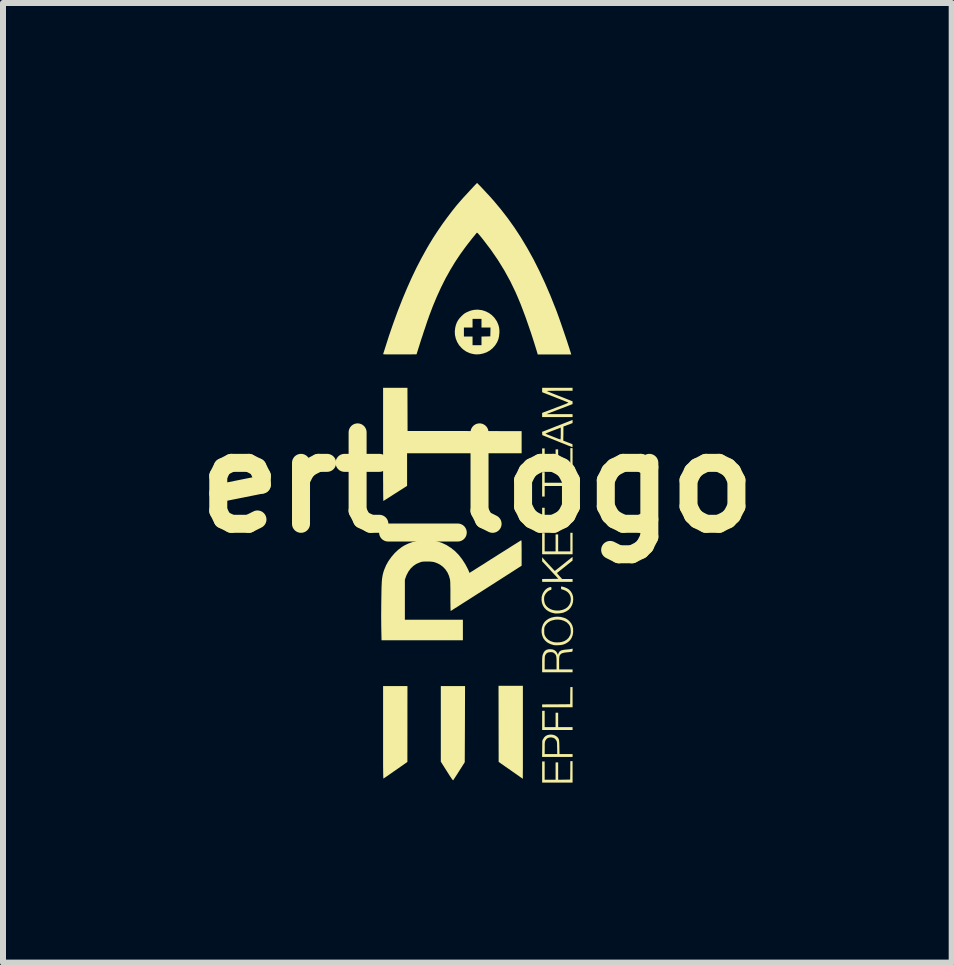
<source format=kicad_pcb>
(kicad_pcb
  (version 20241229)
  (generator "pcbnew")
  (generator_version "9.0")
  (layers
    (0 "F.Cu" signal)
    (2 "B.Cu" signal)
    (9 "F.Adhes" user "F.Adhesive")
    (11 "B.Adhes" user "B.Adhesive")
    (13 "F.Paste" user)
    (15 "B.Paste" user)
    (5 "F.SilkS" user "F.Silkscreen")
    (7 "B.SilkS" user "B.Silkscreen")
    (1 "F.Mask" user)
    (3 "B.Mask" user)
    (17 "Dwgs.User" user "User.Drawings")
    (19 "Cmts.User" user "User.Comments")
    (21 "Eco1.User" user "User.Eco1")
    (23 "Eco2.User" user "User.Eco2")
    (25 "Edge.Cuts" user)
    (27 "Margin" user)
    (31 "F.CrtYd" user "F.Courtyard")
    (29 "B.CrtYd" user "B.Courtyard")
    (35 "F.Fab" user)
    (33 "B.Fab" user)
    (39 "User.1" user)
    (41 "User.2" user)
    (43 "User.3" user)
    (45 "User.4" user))
  (footprint "ert_logo"
    (layer "F.Cu")
    (at 4.906 4.991)
    (property "Reference" "ert_logo" (at 0 0 0) (layer "F.SilkS") (effects (font (size 1.524 1.524) (thickness 0.3))))
    (attr board_only exclude_from_pos_files exclude_from_bom)
    (fp_poly (pts (xy 1.587 3.747) (xy 1.08 3.747) (xy 1.08 3.699) (xy 1.314 3.698) (xy 1.547 3.696) (xy 1.55 3.41) (xy 1.587 3.41)) (stroke (width 0) (type solid)) (fill yes) (layer "F.SilkS"))
    (fp_poly (pts (xy 1.122 0.005) (xy 1.587 0.005) (xy 1.587 0.059) (xy 1.122 0.059) (xy 1.122 0.235) (xy 1.08 0.235) (xy 1.08 -0.171) (xy 1.122 -0.171)) (stroke (width 0) (type solid)) (fill yes) (layer "F.SilkS"))
    (fp_poly (pts (xy 1.122 0.604) (xy 1.587 0.604) (xy 1.587 0.652) (xy 1.122 0.652) (xy 1.122 0.828) (xy 1.08 0.828) (xy 1.08 0.422) (xy 1.122 0.422)) (stroke (width 0) (type solid)) (fill yes) (layer "F.SilkS"))
    (fp_poly (pts (xy 1.122 4.078) (xy 1.304 4.078) (xy 1.304 3.838) (xy 1.347 3.838) (xy 1.347 4.078) (xy 1.587 4.078) (xy 1.587 4.126) (xy 1.08 4.126) (xy 1.08 3.806) (xy 1.122 3.806)) (stroke (width 0) (type solid)) (fill yes) (layer "F.SilkS"))
    (fp_poly (pts (xy 1.587 -0.219) (xy 1.08 -0.219) (xy 1.08 -0.567) (xy 1.122 -0.567) (xy 1.122 -0.267) (xy 1.304 -0.267) (xy 1.304 -0.551) (xy 1.347 -0.551) (xy 1.347 -0.267) (xy 1.55 -0.267) (xy 1.55 -0.572) (xy 1.587 -0.572)) (stroke (width 0) (type solid)) (fill yes) (layer "F.SilkS"))
    (fp_poly (pts (xy 1.587 1.197) (xy 1.08 1.197) (xy 1.08 0.845) (xy 1.122 0.845) (xy 1.122 1.149) (xy 1.304 1.149) (xy 1.304 0.866) (xy 1.347 0.866) (xy 1.347 1.149) (xy 1.55 1.149) (xy 1.55 0.839) (xy 1.587 0.839)) (stroke (width 0) (type solid)) (fill yes) (layer "F.SilkS"))
    (fp_poly (pts (xy 1.587 5.003) (xy 1.08 5.003) (xy 1.08 4.65) (xy 1.122 4.65) (xy 1.122 4.955) (xy 1.304 4.955) (xy 1.304 4.666) (xy 1.347 4.666) (xy 1.347 4.955) (xy 1.447 4.954) (xy 1.547 4.952) (xy 1.549 4.799) (xy 1.55 4.645) (xy 1.587 4.645)) (stroke (width 0) (type solid)) (fill yes) (layer "F.SilkS"))
    (fp_poly (pts (xy -0.207 4.028) (xy -0.21 4.663) (xy -0.303 4.81) (xy -0.326 4.846) (xy -0.347 4.879) (xy -0.366 4.908) (xy -0.382 4.932) (xy -0.393 4.95) (xy -0.401 4.961) (xy -0.403 4.964) (xy -0.406 4.963) (xy -0.412 4.958) (xy -0.421 4.946) (xy -0.434 4.928) (xy -0.451 4.903) (xy -0.472 4.87) (xy -0.498 4.829) (xy -0.509 4.812) (xy -0.609 4.654) (xy -0.609 3.394) (xy -0.205 3.394)) (stroke (width 0) (type solid)) (fill yes) (layer "F.SilkS"))
    (fp_poly (pts (xy 0.759 4.164) (xy 0.759 4.254) (xy 0.759 4.341) (xy 0.759 4.425) (xy 0.759 4.504) (xy 0.759 4.579) (xy 0.759 4.648) (xy 0.759 4.711) (xy 0.759 4.768) (xy 0.758 4.818) (xy 0.758 4.86) (xy 0.758 4.894) (xy 0.758 4.918) (xy 0.758 4.934) (xy 0.758 4.939) (xy 0.753 4.936) (xy 0.741 4.927) (xy 0.721 4.914) (xy 0.696 4.896) (xy 0.665 4.874) (xy 0.63 4.85) (xy 0.591 4.823) (xy 0.556 4.798) (xy 0.355 4.658) (xy 0.354 4.023) (xy 0.353 3.389) (xy 0.759 3.389)) (stroke (width 0) (type solid)) (fill yes) (layer "F.SilkS"))
    (fp_poly (pts (xy -1.166 4.658) (xy -1.361 4.795) (xy -1.402 4.823) (xy -1.44 4.85) (xy -1.475 4.874) (xy -1.505 4.895) (xy -1.53 4.912) (xy -1.549 4.925) (xy -1.561 4.933) (xy -1.564 4.935) (xy -1.565 4.934) (xy -1.566 4.931) (xy -1.567 4.923) (xy -1.568 4.912) (xy -1.568 4.896) (xy -1.569 4.875) (xy -1.569 4.848) (xy -1.57 4.816) (xy -1.57 4.777) (xy -1.571 4.732) (xy -1.571 4.679) (xy -1.571 4.618) (xy -1.571 4.549) (xy -1.571 4.471) (xy -1.571 4.384) (xy -1.571 4.288) (xy -1.571 4.181) (xy -1.571 3.394) (xy -1.165 3.394)) (stroke (width 0) (type solid)) (fill yes) (layer "F.SilkS"))
    (fp_poly (pts (xy -1.163 -0.858) (xy -0.212 -0.857) (xy 0.738 -0.855) (xy 0.738 -0.486) (xy -1.171 -0.486) (xy -1.171 0.057) (xy -1.367 0.182) (xy -1.408 0.208) (xy -1.446 0.233) (xy -1.481 0.255) (xy -1.511 0.274) (xy -1.536 0.29) (xy -1.554 0.301) (xy -1.565 0.308) (xy -1.567 0.309) (xy -1.567 0.304) (xy -1.568 0.289) (xy -1.568 0.264) (xy -1.569 0.23) (xy -1.569 0.188) (xy -1.57 0.137) (xy -1.57 0.079) (xy -1.57 0.014) (xy -1.571 -0.057) (xy -1.571 -0.134) (xy -1.571 -0.216) (xy -1.571 -0.304) (xy -1.571 -0.395) (xy -1.571 -0.49) (xy -1.571 -0.589) (xy -1.571 -0.633) (xy -1.571 -1.577) (xy -1.165 -1.577)) (stroke (width 0) (type solid)) (fill yes) (layer "F.SilkS"))
    (fp_poly (pts (xy 1.586 1.244) (xy 1.587 1.253) (xy 1.587 1.27) (xy 1.587 1.302) (xy 1.461 1.403) (xy 1.429 1.428) (xy 1.399 1.452) (xy 1.374 1.472) (xy 1.353 1.489) (xy 1.338 1.501) (xy 1.33 1.507) (xy 1.329 1.508) (xy 1.33 1.513) (xy 1.338 1.525) (xy 1.351 1.54) (xy 1.367 1.559) (xy 1.368 1.56) (xy 1.413 1.609) (xy 1.587 1.609) (xy 1.587 1.657) (xy 1.08 1.657) (xy 1.08 1.609) (xy 1.215 1.608) (xy 1.35 1.606) (xy 1.215 1.46) (xy 1.08 1.314) (xy 1.08 1.281) (xy 1.08 1.248) (xy 1.1 1.269) (xy 1.109 1.28) (xy 1.124 1.296) (xy 1.144 1.318) (xy 1.167 1.343) (xy 1.192 1.37) (xy 1.205 1.383) (xy 1.29 1.475) (xy 1.309 1.461) (xy 1.318 1.454) (xy 1.334 1.441) (xy 1.355 1.425) (xy 1.381 1.404) (xy 1.409 1.382) (xy 1.439 1.358) (xy 1.469 1.334) (xy 1.497 1.311) (xy 1.524 1.29) (xy 1.547 1.272) (xy 1.564 1.258) (xy 1.575 1.249) (xy 1.578 1.246) (xy 1.583 1.243)) (stroke (width 0) (type solid)) (fill yes) (layer "F.SilkS"))
    (fp_poly (pts (xy 1.246 4.203) (xy 1.281 4.211) (xy 1.31 4.225) (xy 1.329 4.24) (xy 1.341 4.252) (xy 1.349 4.264) (xy 1.356 4.275) (xy 1.36 4.289) (xy 1.363 4.307) (xy 1.365 4.331) (xy 1.366 4.361) (xy 1.367 4.4) (xy 1.367 4.411) (xy 1.369 4.527) (xy 1.587 4.527) (xy 1.587 4.575) (xy 1.079 4.575) (xy 1.08 4.527) (xy 1.122 4.527) (xy 1.332 4.527) (xy 1.33 4.424) (xy 1.329 4.389) (xy 1.329 4.362) (xy 1.328 4.343) (xy 1.326 4.328) (xy 1.324 4.318) (xy 1.321 4.309) (xy 1.316 4.301) (xy 1.313 4.296) (xy 1.294 4.272) (xy 1.269 4.257) (xy 1.237 4.25) (xy 1.226 4.249) (xy 1.192 4.253) (xy 1.166 4.264) (xy 1.146 4.283) (xy 1.133 4.305) (xy 1.129 4.315) (xy 1.126 4.325) (xy 1.125 4.339) (xy 1.123 4.358) (xy 1.123 4.384) (xy 1.123 4.419) (xy 1.123 4.427) (xy 1.122 4.527) (xy 1.08 4.527) (xy 1.081 4.44) (xy 1.082 4.305) (xy 1.097 4.275) (xy 1.118 4.244) (xy 1.144 4.222) (xy 1.175 4.209) (xy 1.21 4.202)) (stroke (width 0) (type solid)) (fill yes) (layer "F.SilkS"))
    (fp_poly (pts (xy 1.587 -1.529) (xy 1.37 -1.529) (xy 1.322 -1.529) (xy 1.278 -1.528) (xy 1.239 -1.528) (xy 1.207 -1.527) (xy 1.182 -1.526) (xy 1.165 -1.525) (xy 1.158 -1.524) (xy 1.157 -1.524) (xy 1.163 -1.521) (xy 1.178 -1.515) (xy 1.201 -1.505) (xy 1.23 -1.493) (xy 1.265 -1.479) (xy 1.305 -1.463) (xy 1.349 -1.446) (xy 1.375 -1.436) (xy 1.587 -1.352) (xy 1.587 -1.306) (xy 1.471 -1.261) (xy 1.43 -1.245) (xy 1.384 -1.228) (xy 1.337 -1.21) (xy 1.292 -1.193) (xy 1.254 -1.178) (xy 1.253 -1.178) (xy 1.152 -1.139) (xy 1.37 -1.139) (xy 1.587 -1.139) (xy 1.587 -1.09) (xy 1.08 -1.09) (xy 1.08 -1.159) (xy 1.121 -1.175) (xy 1.136 -1.18) (xy 1.159 -1.189) (xy 1.19 -1.201) (xy 1.226 -1.214) (xy 1.266 -1.229) (xy 1.308 -1.246) (xy 1.343 -1.259) (xy 1.391 -1.277) (xy 1.429 -1.292) (xy 1.459 -1.303) (xy 1.481 -1.312) (xy 1.497 -1.319) (xy 1.508 -1.325) (xy 1.513 -1.328) (xy 1.515 -1.331) (xy 1.513 -1.333) (xy 1.512 -1.334) (xy 1.504 -1.337) (xy 1.488 -1.344) (xy 1.464 -1.353) (xy 1.433 -1.366) (xy 1.397 -1.38) (xy 1.356 -1.396) (xy 1.312 -1.413) (xy 1.29 -1.422) (xy 1.08 -1.504) (xy 1.08 -1.577) (xy 1.587 -1.577)) (stroke (width 0) (type solid)) (fill yes) (layer "F.SilkS"))
    (fp_poly (pts (xy 0.019 -2.879) (xy 0.08 -2.871) (xy 0.138 -2.852) (xy 0.192 -2.825) (xy 0.24 -2.79) (xy 0.283 -2.747) (xy 0.317 -2.698) (xy 0.328 -2.679) (xy 0.348 -2.633) (xy 0.361 -2.59) (xy 0.367 -2.545) (xy 0.368 -2.495) (xy 0.367 -2.489) (xy 0.361 -2.433) (xy 0.349 -2.383) (xy 0.329 -2.336) (xy 0.3 -2.29) (xy 0.291 -2.278) (xy 0.252 -2.235) (xy 0.206 -2.198) (xy 0.154 -2.169) (xy 0.098 -2.149) (xy 0.04 -2.137) (xy -0.02 -2.134) (xy -0.063 -2.139) (xy -0.124 -2.154) (xy -0.181 -2.179) (xy -0.233 -2.214) (xy -0.262 -2.24) (xy -0.304 -2.287) (xy -0.336 -2.34) (xy -0.359 -2.396) (xy -0.367 -2.432) (xy -0.224 -2.432) (xy -0.08 -2.432) (xy -0.08 -2.288) (xy 0.069 -2.288) (xy 0.069 -2.432) (xy 0.143 -2.433) (xy 0.216 -2.435) (xy 0.218 -2.508) (xy 0.219 -2.582) (xy 0.069 -2.582) (xy 0.069 -2.726) (xy -0.08 -2.726) (xy -0.08 -2.582) (xy -0.224 -2.582) (xy -0.224 -2.432) (xy -0.367 -2.432) (xy -0.373 -2.456) (xy -0.376 -2.517) (xy -0.369 -2.578) (xy -0.356 -2.63) (xy -0.34 -2.67) (xy -0.32 -2.706) (xy -0.294 -2.74) (xy -0.264 -2.772) (xy -0.241 -2.794) (xy -0.221 -2.811) (xy -0.201 -2.824) (xy -0.176 -2.837) (xy -0.17 -2.84) (xy -0.114 -2.863) (xy -0.059 -2.876) (xy -0.003 -2.88)) (stroke (width 0) (type solid)) (fill yes) (layer "F.SilkS"))
    (fp_poly (pts (xy 1.587 -0.99) (xy 1.435 -0.932) (xy 1.434 -0.814) (xy 1.432 -0.697) (xy 1.509 -0.667) (xy 1.585 -0.638) (xy 1.586 -0.613) (xy 1.587 -0.598) (xy 1.585 -0.589) (xy 1.584 -0.588) (xy 1.578 -0.59) (xy 1.564 -0.596) (xy 1.541 -0.605) (xy 1.511 -0.616) (xy 1.476 -0.631) (xy 1.435 -0.647) (xy 1.39 -0.665) (xy 1.342 -0.684) (xy 1.331 -0.689) (xy 1.082 -0.789) (xy 1.081 -0.813) (xy 1.136 -0.813) (xy 1.142 -0.81) (xy 1.156 -0.804) (xy 1.177 -0.795) (xy 1.203 -0.785) (xy 1.232 -0.774) (xy 1.262 -0.762) (xy 1.293 -0.75) (xy 1.321 -0.739) (xy 1.346 -0.729) (xy 1.366 -0.722) (xy 1.379 -0.718) (xy 1.383 -0.717) (xy 1.386 -0.719) (xy 1.387 -0.727) (xy 1.389 -0.742) (xy 1.389 -0.766) (xy 1.39 -0.798) (xy 1.39 -0.815) (xy 1.39 -0.914) (xy 1.364 -0.904) (xy 1.352 -0.899) (xy 1.331 -0.891) (xy 1.304 -0.881) (xy 1.273 -0.869) (xy 1.24 -0.857) (xy 1.236 -0.855) (xy 1.205 -0.843) (xy 1.179 -0.833) (xy 1.157 -0.824) (xy 1.143 -0.817) (xy 1.136 -0.813) (xy 1.136 -0.813) (xy 1.081 -0.813) (xy 1.081 -0.816) (xy 1.079 -0.844) (xy 1.108 -0.854) (xy 1.119 -0.859) (xy 1.139 -0.866) (xy 1.166 -0.877) (xy 1.2 -0.89) (xy 1.238 -0.905) (xy 1.28 -0.922) (xy 1.323 -0.939) (xy 1.328 -0.941) (xy 1.373 -0.958) (xy 1.415 -0.975) (xy 1.454 -0.99) (xy 1.489 -1.004) (xy 1.518 -1.015) (xy 1.54 -1.024) (xy 1.553 -1.029) (xy 1.554 -1.029) (xy 1.587 -1.042)) (stroke (width 0) (type solid)) (fill yes) (layer "F.SilkS"))
    (fp_poly (pts (xy 1.411 1.735) (xy 1.427 1.739) (xy 1.451 1.746) (xy 1.494 1.763) (xy 1.531 1.788) (xy 1.56 1.82) (xy 1.582 1.859) (xy 1.595 1.903) (xy 1.598 1.945) (xy 1.593 1.997) (xy 1.579 2.043) (xy 1.556 2.084) (xy 1.525 2.119) (xy 1.486 2.147) (xy 1.439 2.168) (xy 1.421 2.173) (xy 1.399 2.177) (xy 1.372 2.181) (xy 1.342 2.183) (xy 1.315 2.184) (xy 1.294 2.183) (xy 1.291 2.183) (xy 1.238 2.17) (xy 1.19 2.15) (xy 1.15 2.123) (xy 1.117 2.089) (xy 1.093 2.051) (xy 1.077 2.008) (xy 1.07 1.961) (xy 1.072 1.911) (xy 1.075 1.896) (xy 1.087 1.857) (xy 1.107 1.821) (xy 1.132 1.79) (xy 1.161 1.766) (xy 1.19 1.751) (xy 1.211 1.744) (xy 1.224 1.743) (xy 1.232 1.746) (xy 1.234 1.756) (xy 1.235 1.766) (xy 1.234 1.781) (xy 1.231 1.788) (xy 1.223 1.792) (xy 1.22 1.792) (xy 1.193 1.803) (xy 1.168 1.821) (xy 1.144 1.846) (xy 1.126 1.875) (xy 1.116 1.9) (xy 1.112 1.929) (xy 1.113 1.962) (xy 1.118 1.995) (xy 1.127 2.023) (xy 1.129 2.029) (xy 1.153 2.063) (xy 1.184 2.091) (xy 1.222 2.113) (xy 1.265 2.128) (xy 1.313 2.135) (xy 1.363 2.135) (xy 1.375 2.133) (xy 1.425 2.122) (xy 1.467 2.104) (xy 1.502 2.079) (xy 1.529 2.047) (xy 1.548 2.01) (xy 1.556 1.977) (xy 1.558 1.934) (xy 1.55 1.895) (xy 1.534 1.86) (xy 1.508 1.83) (xy 1.474 1.806) (xy 1.433 1.789) (xy 1.41 1.783) (xy 1.401 1.78) (xy 1.396 1.774) (xy 1.395 1.761) (xy 1.395 1.756) (xy 1.395 1.744) (xy 1.397 1.737) (xy 1.401 1.734)) (stroke (width 0) (type solid)) (fill yes) (layer "F.SilkS"))
    (fp_poly (pts (xy 1.386 2.241) (xy 1.432 2.252) (xy 1.47 2.265) (xy 1.5 2.283) (xy 1.528 2.306) (xy 1.535 2.313) (xy 1.564 2.349) (xy 1.584 2.388) (xy 1.595 2.432) (xy 1.597 2.482) (xy 1.597 2.493) (xy 1.589 2.544) (xy 1.572 2.589) (xy 1.547 2.628) (xy 1.513 2.66) (xy 1.471 2.686) (xy 1.438 2.7) (xy 1.413 2.706) (xy 1.381 2.711) (xy 1.346 2.713) (xy 1.312 2.714) (xy 1.283 2.712) (xy 1.269 2.71) (xy 1.226 2.697) (xy 1.184 2.678) (xy 1.159 2.662) (xy 1.126 2.632) (xy 1.1 2.596) (xy 1.082 2.554) (xy 1.072 2.509) (xy 1.071 2.475) (xy 1.114 2.475) (xy 1.115 2.502) (xy 1.116 2.521) (xy 1.119 2.536) (xy 1.124 2.549) (xy 1.127 2.557) (xy 1.15 2.592) (xy 1.181 2.621) (xy 1.219 2.644) (xy 1.263 2.659) (xy 1.264 2.66) (xy 1.297 2.665) (xy 1.334 2.666) (xy 1.373 2.664) (xy 1.405 2.659) (xy 1.451 2.644) (xy 1.488 2.621) (xy 1.519 2.592) (xy 1.542 2.554) (xy 1.544 2.551) (xy 1.551 2.533) (xy 1.555 2.515) (xy 1.557 2.495) (xy 1.557 2.475) (xy 1.553 2.431) (xy 1.542 2.393) (xy 1.521 2.362) (xy 1.492 2.334) (xy 1.484 2.328) (xy 1.441 2.305) (xy 1.394 2.291) (xy 1.344 2.285) (xy 1.293 2.288) (xy 1.244 2.3) (xy 1.217 2.31) (xy 1.178 2.334) (xy 1.147 2.365) (xy 1.127 2.395) (xy 1.121 2.408) (xy 1.117 2.42) (xy 1.115 2.436) (xy 1.115 2.458) (xy 1.114 2.475) (xy 1.071 2.475) (xy 1.07 2.463) (xy 1.077 2.416) (xy 1.093 2.37) (xy 1.096 2.363) (xy 1.12 2.326) (xy 1.153 2.295) (xy 1.191 2.27) (xy 1.235 2.252) (xy 1.284 2.241) (xy 1.334 2.237)) (stroke (width 0) (type solid)) (fill yes) (layer "F.SilkS"))
    (fp_poly (pts (xy 1.587 2.773) (xy 1.588 2.785) (xy 1.587 2.799) (xy 1.585 2.811) (xy 1.583 2.819) (xy 1.582 2.82) (xy 1.575 2.822) (xy 1.559 2.824) (xy 1.537 2.827) (xy 1.511 2.83) (xy 1.506 2.83) (xy 1.47 2.834) (xy 1.443 2.838) (xy 1.424 2.843) (xy 1.409 2.848) (xy 1.397 2.856) (xy 1.391 2.861) (xy 1.382 2.87) (xy 1.375 2.879) (xy 1.37 2.89) (xy 1.367 2.904) (xy 1.365 2.923) (xy 1.363 2.949) (xy 1.363 2.982) (xy 1.363 3.009) (xy 1.363 3.116) (xy 1.587 3.116) (xy 1.587 3.164) (xy 1.08 3.164) (xy 1.08 3.116) (xy 1.122 3.116) (xy 1.32 3.116) (xy 1.32 3.011) (xy 1.32 2.969) (xy 1.319 2.936) (xy 1.317 2.91) (xy 1.313 2.891) (xy 1.307 2.876) (xy 1.3 2.864) (xy 1.289 2.853) (xy 1.283 2.847) (xy 1.267 2.836) (xy 1.251 2.83) (xy 1.231 2.828) (xy 1.208 2.829) (xy 1.18 2.833) (xy 1.159 2.844) (xy 1.142 2.862) (xy 1.135 2.876) (xy 1.13 2.884) (xy 1.127 2.893) (xy 1.125 2.904) (xy 1.124 2.917) (xy 1.123 2.937) (xy 1.123 2.963) (xy 1.122 2.997) (xy 1.122 3.008) (xy 1.122 3.116) (xy 1.08 3.116) (xy 1.08 3.034) (xy 1.08 2.992) (xy 1.08 2.958) (xy 1.081 2.933) (xy 1.082 2.913) (xy 1.084 2.897) (xy 1.086 2.885) (xy 1.089 2.873) (xy 1.09 2.871) (xy 1.105 2.835) (xy 1.125 2.808) (xy 1.151 2.79) (xy 1.183 2.781) (xy 1.213 2.779) (xy 1.252 2.783) (xy 1.285 2.795) (xy 1.312 2.816) (xy 1.331 2.845) (xy 1.334 2.852) (xy 1.343 2.873) (xy 1.35 2.852) (xy 1.36 2.832) (xy 1.372 2.816) (xy 1.39 2.804) (xy 1.413 2.795) (xy 1.445 2.789) (xy 1.485 2.785) (xy 1.487 2.785) (xy 1.514 2.782) (xy 1.539 2.78) (xy 1.557 2.777) (xy 1.568 2.774) (xy 1.579 2.77) (xy 1.585 2.769)) (stroke (width 0) (type solid)) (fill yes) (layer "F.SilkS"))
    (fp_poly (pts (xy -0.000466 -4.988) (xy 0.01 -4.978) (xy 0.026 -4.961) (xy 0.047 -4.94) (xy 0.071 -4.915) (xy 0.098 -4.886) (xy 0.126 -4.856) (xy 0.155 -4.824) (xy 0.185 -4.793) (xy 0.213 -4.762) (xy 0.239 -4.733) (xy 0.262 -4.707) (xy 0.265 -4.704) (xy 0.388 -4.557) (xy 0.507 -4.404) (xy 0.621 -4.244) (xy 0.73 -4.077) (xy 0.835 -3.901) (xy 0.937 -3.717) (xy 1.034 -3.524) (xy 1.128 -3.322) (xy 1.219 -3.111) (xy 1.307 -2.89) (xy 1.326 -2.841) (xy 1.342 -2.796) (xy 1.361 -2.744) (xy 1.382 -2.684) (xy 1.404 -2.62) (xy 1.427 -2.554) (xy 1.45 -2.486) (xy 1.473 -2.418) (xy 1.495 -2.354) (xy 1.514 -2.294) (xy 1.532 -2.24) (xy 1.546 -2.194) (xy 1.547 -2.193) (xy 1.565 -2.133) (xy 1.007 -2.133) (xy 0.99 -2.19) (xy 0.944 -2.338) (xy 0.898 -2.481) (xy 0.851 -2.618) (xy 0.806 -2.748) (xy 0.76 -2.871) (xy 0.716 -2.985) (xy 0.672 -3.09) (xy 0.636 -3.173) (xy 0.548 -3.355) (xy 0.45 -3.533) (xy 0.343 -3.707) (xy 0.226 -3.877) (xy 0.099 -4.044) (xy 0.068 -4.083) (xy 0.044 -4.112) (xy 0.026 -4.133) (xy 0.013 -4.148) (xy 0.004 -4.157) (xy -0.003 -4.161) (xy -0.008 -4.162) (xy -0.012 -4.159) (xy -0.015 -4.155) (xy -0.021 -4.147) (xy -0.033 -4.133) (xy -0.049 -4.113) (xy -0.068 -4.09) (xy -0.089 -4.064) (xy -0.089 -4.064) (xy -0.19 -3.935) (xy -0.284 -3.805) (xy -0.372 -3.673) (xy -0.454 -3.537) (xy -0.532 -3.397) (xy -0.605 -3.251) (xy -0.675 -3.098) (xy -0.742 -2.937) (xy -0.807 -2.766) (xy -0.811 -2.753) (xy -0.823 -2.719) (xy -0.838 -2.677) (xy -0.854 -2.628) (xy -0.872 -2.574) (xy -0.892 -2.516) (xy -0.911 -2.456) (xy -0.931 -2.397) (xy -0.95 -2.338) (xy -0.967 -2.283) (xy -0.983 -2.233) (xy -0.99 -2.21) (xy -1.014 -2.135) (xy -1.293 -2.134) (xy -1.357 -2.134) (xy -1.411 -2.134) (xy -1.456 -2.134) (xy -1.492 -2.134) (xy -1.52 -2.134) (xy -1.541 -2.135) (xy -1.556 -2.136) (xy -1.565 -2.137) (xy -1.57 -2.138) (xy -1.57 -2.139) (xy -1.568 -2.147) (xy -1.563 -2.162) (xy -1.556 -2.184) (xy -1.548 -2.209) (xy -1.545 -2.218) (xy -1.474 -2.441) (xy -1.401 -2.653) (xy -1.327 -2.856) (xy -1.251 -3.05) (xy -1.173 -3.236) (xy -1.094 -3.413) (xy -1.012 -3.584) (xy -0.927 -3.747) (xy -0.84 -3.904) (xy -0.797 -3.977) (xy -0.73 -4.087) (xy -0.657 -4.198) (xy -0.581 -4.309) (xy -0.502 -4.417) (xy -0.423 -4.521) (xy -0.345 -4.619) (xy -0.268 -4.708) (xy -0.262 -4.714) (xy -0.245 -4.734) (xy -0.223 -4.758) (xy -0.199 -4.784) (xy -0.172 -4.813) (xy -0.144 -4.843) (xy -0.117 -4.873) (xy -0.09 -4.901) (xy -0.066 -4.928) (xy -0.044 -4.951) (xy -0.026 -4.97) (xy -0.013 -4.983) (xy -0.006 -4.99) (xy -0.005 -4.991)) (stroke (width 0) (type solid)) (fill yes) (layer "F.SilkS"))
    (fp_poly (pts (xy -0.805 0.959) (xy -0.761 0.964) (xy -0.754 0.965) (xy -0.67 0.981) (xy -0.589 1.008) (xy -0.513 1.044) (xy -0.441 1.09) (xy -0.373 1.144) (xy -0.31 1.208) (xy -0.253 1.281) (xy -0.201 1.362) (xy -0.165 1.43) (xy -0.153 1.454) (xy -0.144 1.475) (xy -0.137 1.491) (xy -0.134 1.5) (xy -0.134 1.501) (xy -0.132 1.507) (xy -0.131 1.507) (xy -0.126 1.505) (xy -0.113 1.496) (xy -0.092 1.483) (xy -0.064 1.466) (xy -0.03 1.444) (xy 0.011 1.418) (xy 0.057 1.389) (xy 0.107 1.358) (xy 0.161 1.323) (xy 0.219 1.286) (xy 0.28 1.248) (xy 0.297 1.237) (xy 0.358 1.198) (xy 0.417 1.161) (xy 0.473 1.126) (xy 0.525 1.093) (xy 0.572 1.063) (xy 0.615 1.036) (xy 0.652 1.013) (xy 0.682 0.994) (xy 0.706 0.979) (xy 0.722 0.969) (xy 0.729 0.964) (xy 0.73 0.964) (xy 0.732 0.964) (xy 0.734 0.968) (xy 0.735 0.976) (xy 0.736 0.989) (xy 0.737 1.008) (xy 0.737 1.034) (xy 0.737 1.068) (xy 0.738 1.11) (xy 0.738 1.162) (xy 0.738 1.175) (xy 0.738 1.388) (xy 0.149 1.765) (xy 0.077 1.811) (xy 0.007 1.855) (xy -0.06 1.898) (xy -0.123 1.938) (xy -0.182 1.976) (xy -0.236 2.01) (xy -0.286 2.042) (xy -0.329 2.07) (xy -0.367 2.093) (xy -0.398 2.113) (xy -0.421 2.128) (xy -0.437 2.138) (xy -0.444 2.142) (xy -0.445 2.143) (xy -0.446 2.138) (xy -0.446 2.123) (xy -0.447 2.1) (xy -0.448 2.07) (xy -0.448 2.032) (xy -0.449 1.99) (xy -0.449 1.943) (xy -0.449 1.897) (xy -0.449 1.834) (xy -0.449 1.781) (xy -0.45 1.738) (xy -0.451 1.702) (xy -0.451 1.673) (xy -0.453 1.65) (xy -0.454 1.632) (xy -0.456 1.619) (xy -0.457 1.613) (xy -0.474 1.553) (xy -0.5 1.497) (xy -0.533 1.448) (xy -0.573 1.406) (xy -0.619 1.372) (xy -0.642 1.359) (xy -0.674 1.344) (xy -0.703 1.333) (xy -0.731 1.325) (xy -0.762 1.321) (xy -0.798 1.318) (xy -0.837 1.318) (xy -0.869 1.318) (xy -0.893 1.319) (xy -0.911 1.32) (xy -0.927 1.323) (xy -0.942 1.327) (xy -0.959 1.333) (xy -1.017 1.358) (xy -1.067 1.392) (xy -1.111 1.434) (xy -1.148 1.484) (xy -1.179 1.542) (xy -1.193 1.578) (xy -1.208 1.622) (xy -1.208 1.955) (xy -1.208 2.288) (xy -0.241 2.288) (xy -0.241 2.63) (xy -1.597 2.63) (xy -1.601 2.433) (xy -1.602 2.382) (xy -1.602 2.324) (xy -1.603 2.261) (xy -1.603 2.195) (xy -1.602 2.126) (xy -1.602 2.057) (xy -1.601 1.989) (xy -1.6 1.923) (xy -1.599 1.86) (xy -1.598 1.802) (xy -1.597 1.75) (xy -1.595 1.705) (xy -1.593 1.669) (xy -1.593 1.657) (xy -1.587 1.597) (xy -1.578 1.543) (xy -1.565 1.492) (xy -1.552 1.454) (xy -1.521 1.38) (xy -1.481 1.309) (xy -1.433 1.242) (xy -1.379 1.179) (xy -1.32 1.123) (xy -1.257 1.075) (xy -1.216 1.05) (xy -1.152 1.019) (xy -1.081 0.994) (xy -1.006 0.975) (xy -0.93 0.962) (xy -0.929 0.962) (xy -0.884 0.958) (xy -0.844 0.957)) (stroke (width 0) (type solid)) (fill yes) (layer "F.SilkS")))
  (gr_rect
    (start -3 -3)
    (end 12.812 12.994)
    (stroke (width 0.1) (type default))
    (fill no)
    (layer "Edge.Cuts")))
</source>
